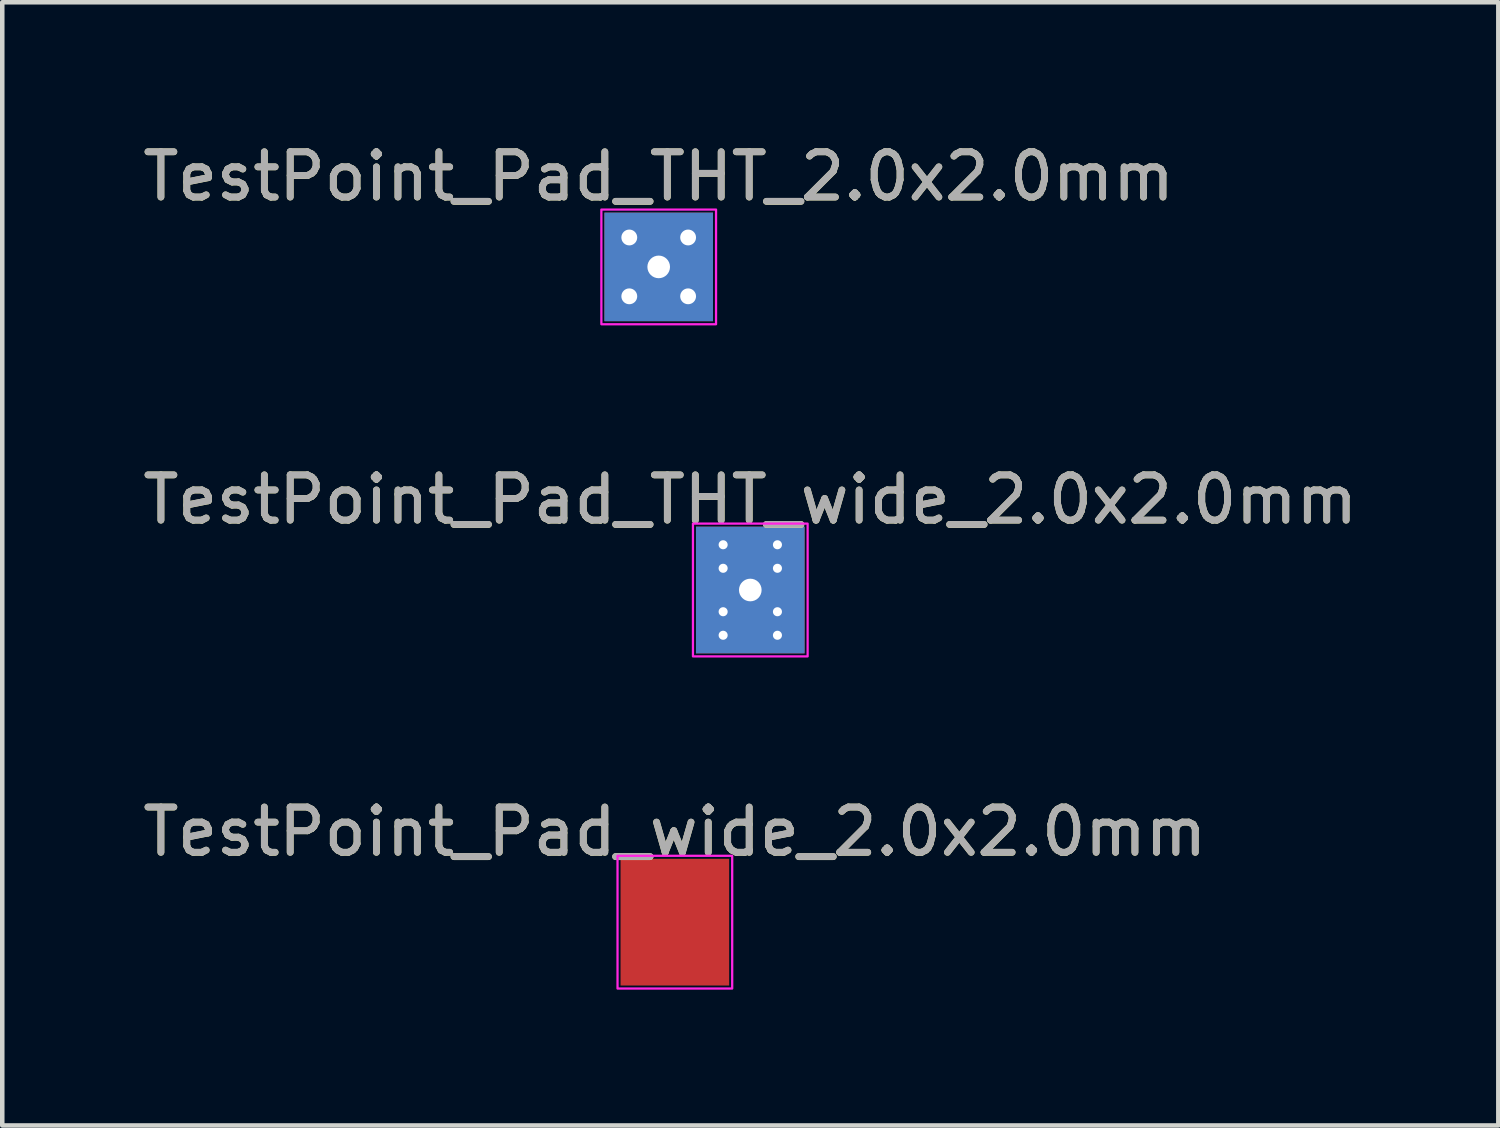
<source format=kicad_pcb>
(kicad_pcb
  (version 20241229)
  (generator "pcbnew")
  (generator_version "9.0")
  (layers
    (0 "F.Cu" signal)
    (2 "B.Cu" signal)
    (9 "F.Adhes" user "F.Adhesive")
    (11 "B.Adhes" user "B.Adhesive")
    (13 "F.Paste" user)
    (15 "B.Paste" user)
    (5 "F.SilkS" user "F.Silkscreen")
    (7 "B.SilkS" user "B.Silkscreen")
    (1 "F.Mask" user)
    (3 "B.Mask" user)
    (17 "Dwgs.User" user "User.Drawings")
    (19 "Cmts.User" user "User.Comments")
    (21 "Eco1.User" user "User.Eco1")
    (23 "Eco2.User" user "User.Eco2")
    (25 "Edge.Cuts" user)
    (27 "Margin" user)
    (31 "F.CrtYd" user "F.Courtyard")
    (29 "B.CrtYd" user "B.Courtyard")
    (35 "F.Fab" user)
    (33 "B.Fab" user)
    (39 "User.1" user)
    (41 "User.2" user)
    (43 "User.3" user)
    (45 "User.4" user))
  (footprint "TestPoint_Pad_wide_2.0x2.0mm"
    (layer "F.Cu")
    (at 11.863 17.328)
    (property "Reference" "TestPoint_Pad_wide_2.0x2.0mm" (at 0 -1.998 0) (layer "F.SilkS") (effects (font (size 1 1) (thickness 0.15))))
    (attr exclude_from_pos_files exclude_from_bom)
    (fp_rect (start -1.267 -1.467) (end 1.267 1.467) (stroke (width 0.05) (type solid)) (fill no) (layer "F.CrtYd"))
    (fp_text user "${REFERENCE}" (at 0 -2 0) (layer "F.Fab") (effects (font (size 1 1) (thickness 0.15))))
    (pad "1" smd rect (at 0 0) (size 2.4 2.8) (layers "F.Cu" "F.Mask")))
  (footprint "TestPoint_Pad_THT_wide_2.0x2.0mm"
    (layer "F.Cu")
    (at 13.53 9.988)
    (property "Reference" "TestPoint_Pad_THT_wide_2.0x2.0mm" (at 0 -1.998 0) (layer "F.SilkS") (effects (font (size 1 1) (thickness 0.15))))
    (attr exclude_from_pos_files exclude_from_bom)
    (fp_rect (start -1.267 -1.467) (end 1.267 1.467) (stroke (width 0.05) (type solid)) (fill no) (layer "F.CrtYd"))
    (fp_text user "${REFERENCE}" (at 0 -2 0) (layer "F.Fab") (effects (font (size 1 1) (thickness 0.15))))
    (pad "1" thru_hole circle (at -0.6 -1) (size 0.4 0.4) (drill 0.2) (layers "*.Cu" "*.Mask"))
    (pad "1" thru_hole circle (at -0.6 -0.48) (size 0.4 0.4) (drill 0.2) (layers "*.Cu" "*.Mask"))
    (pad "1" thru_hole circle (at -0.6 0.48) (size 0.4 0.4) (drill 0.2) (layers "*.Cu" "*.Mask"))
    (pad "1" thru_hole circle (at -0.6 1) (size 0.4 0.4) (drill 0.2) (layers "*.Cu" "*.Mask"))
    (pad "1" thru_hole rect (at 0 0) (size 2.4 2.8) (drill 0.5) (layers "*.Cu" "*.Mask"))
    (pad "1" thru_hole circle (at 0.6 -1) (size 0.4 0.4) (drill 0.2) (layers "*.Cu" "*.Mask"))
    (pad "1" thru_hole circle (at 0.6 -0.48) (size 0.4 0.4) (drill 0.2) (layers "*.Cu" "*.Mask"))
    (pad "1" thru_hole circle (at 0.6 0.48) (size 0.4 0.4) (drill 0.2) (layers "*.Cu" "*.Mask"))
    (pad "1" thru_hole circle (at 0.6 1) (size 0.4 0.4) (drill 0.2) (layers "*.Cu" "*.Mask")))
  (footprint "TestPoint_Pad_THT_2.0x2.0mm"
    (layer "F.Cu")
    (at 11.506 2.848)
    (property "Reference" "TestPoint_Pad_THT_2.0x2.0mm" (at 0 -1.998 0) (layer "F.SilkS") (effects (font (size 1 1) (thickness 0.15))))
    (attr exclude_from_pos_files exclude_from_bom)
    (fp_rect (start -1.267 -1.267) (end 1.267 1.267) (stroke (width 0.05) (type solid)) (fill no) (layer "F.CrtYd"))
    (fp_text user "${REFERENCE}" (at 0 -2 0) (layer "F.Fab") (effects (font (size 1 1) (thickness 0.15))))
    (pad "1" thru_hole circle (at -0.65 -0.65) (size 0.4 0.4) (drill 0.35) (layers "*.Cu" "*.Mask"))
    (pad "1" thru_hole circle (at -0.65 0.65) (size 0.4 0.4) (drill 0.35) (layers "*.Cu" "*.Mask"))
    (pad "1" thru_hole rect (at 0 0) (size 2.4 2.4) (drill 0.5) (layers "*.Cu" "*.Mask"))
    (pad "1" thru_hole circle (at 0.65 -0.65) (size 0.4 0.4) (drill 0.35) (layers "*.Cu" "B.Mask"))
    (pad "1" thru_hole circle (at 0.65 0.65) (size 0.4 0.4) (drill 0.35) (layers "*.Cu" "*.Mask")))
  (gr_rect
    (start -3 -3)
    (end 30.06 21.82)
    (stroke (width 0.1) (type default))
    (fill no)
    (layer "Edge.Cuts")))
</source>
